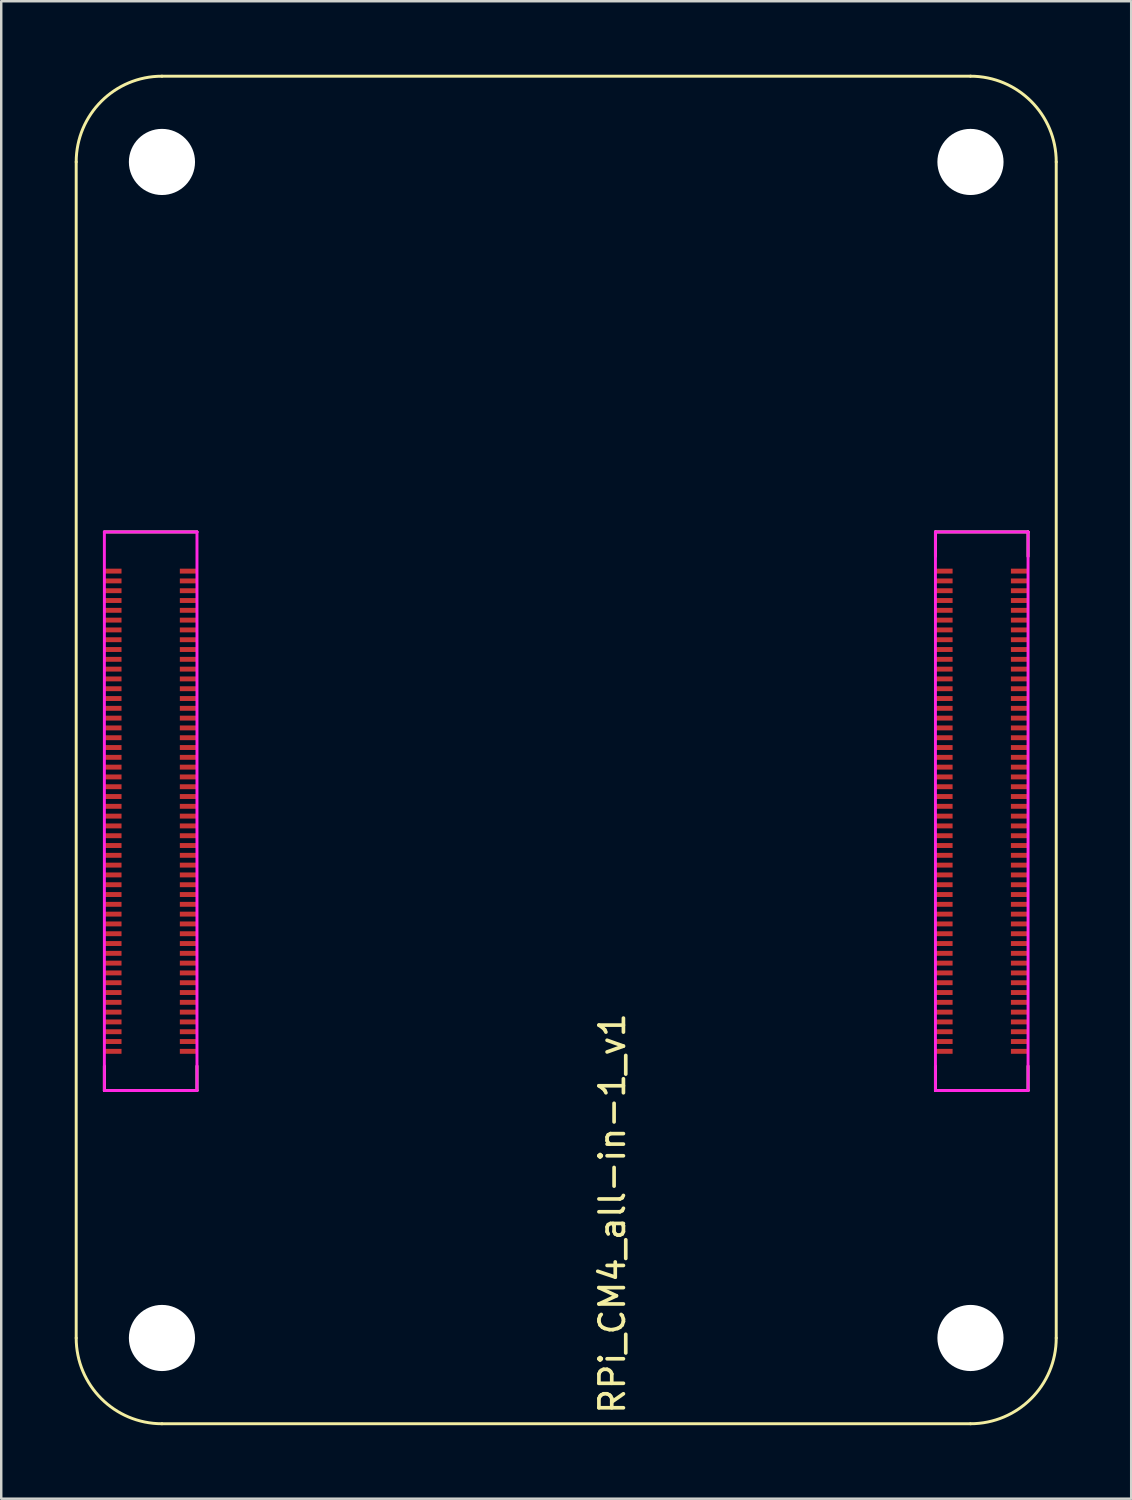
<source format=kicad_pcb>
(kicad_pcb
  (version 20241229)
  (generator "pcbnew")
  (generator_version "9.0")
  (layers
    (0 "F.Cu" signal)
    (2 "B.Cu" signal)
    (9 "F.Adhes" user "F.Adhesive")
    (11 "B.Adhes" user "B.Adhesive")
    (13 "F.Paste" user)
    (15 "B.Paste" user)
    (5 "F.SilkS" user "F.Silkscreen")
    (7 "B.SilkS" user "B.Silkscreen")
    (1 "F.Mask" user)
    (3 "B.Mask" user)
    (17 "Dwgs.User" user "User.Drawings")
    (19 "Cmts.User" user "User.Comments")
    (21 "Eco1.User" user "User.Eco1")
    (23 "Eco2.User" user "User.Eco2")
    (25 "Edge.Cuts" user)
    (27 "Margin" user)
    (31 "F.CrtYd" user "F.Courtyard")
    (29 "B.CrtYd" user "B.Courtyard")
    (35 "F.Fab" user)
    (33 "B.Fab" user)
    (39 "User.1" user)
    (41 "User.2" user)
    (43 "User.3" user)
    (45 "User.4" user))
  (footprint "RPi_CM4_all-in-1_v1"
    (layer "F.Cu")
    (at 20.06 30.06)
    (property "Reference" "RPi_CM4_all-in-1_v1" (at 1.88 16.42 270) (layer "F.SilkS") (effects (font (size 1 1) (thickness 0.15))))
    (attr smd)
    (fp_line (start -20 -26.5) (end -20 21.5) (stroke (width 0.12) (type solid)) (layer "F.SilkS"))
    (fp_line (start -18.85 -11.4) (end -15.07 -11.4) (stroke (width 0.12) (type solid)) (layer "F.SilkS"))
    (fp_line (start -18.85 11.4) (end -18.85 10.4) (stroke (width 0.12) (type solid)) (layer "F.SilkS"))
    (fp_line (start -18.85 11.4) (end -15.07 11.4) (stroke (width 0.12) (type solid)) (layer "F.SilkS"))
    (fp_line (start -16.5 25) (end 16.5 25) (stroke (width 0.12) (type solid)) (layer "F.SilkS"))
    (fp_line (start -15.07 11.4) (end -15.07 10.4) (stroke (width 0.12) (type solid)) (layer "F.SilkS"))
    (fp_line (start 15.07 -11.4) (end 15.07 -10.4) (stroke (width 0.12) (type solid)) (layer "F.SilkS"))
    (fp_line (start 15.07 -11.4) (end 18.85 -11.4) (stroke (width 0.12) (type solid)) (layer "F.SilkS"))
    (fp_line (start 15.07 11.4) (end 15.07 10.4) (stroke (width 0.12) (type solid)) (layer "F.SilkS"))
    (fp_line (start 15.07 11.4) (end 18.85 11.4) (stroke (width 0.12) (type solid)) (layer "F.SilkS"))
    (fp_line (start 16.5 -30) (end -16.5 -30) (stroke (width 0.12) (type solid)) (layer "F.SilkS"))
    (fp_line (start 18.85 -11.4) (end 18.85 -10.4) (stroke (width 0.12) (type solid)) (layer "F.SilkS"))
    (fp_line (start 18.85 11.4) (end 18.85 10.4) (stroke (width 0.12) (type solid)) (layer "F.SilkS"))
    (fp_line (start 20 21.5) (end 20 -26.5) (stroke (width 0.12) (type solid)) (layer "F.SilkS"))
    (fp_arc (start -20 -26.5) (mid -18.974874 -28.974874) (end -16.5 -30) (stroke (width 0.12) (type solid)) (layer "F.SilkS"))
    (fp_arc (start -16.5 25) (mid -18.974874 23.974874) (end -20 21.5) (stroke (width 0.12) (type solid)) (layer "F.SilkS"))
    (fp_arc (start 16.5 -30) (mid 18.974874 -28.974874) (end 20 -26.5) (stroke (width 0.12) (type solid)) (layer "F.SilkS"))
    (fp_arc (start 20 21.5) (mid 18.974874 23.974874) (end 16.5 25) (stroke (width 0.12) (type solid)) (layer "F.SilkS"))
    (fp_line (start -18.85 -11.4) (end -15.07 -11.4) (stroke (width 0.12) (type solid)) (layer "F.CrtYd"))
    (fp_line (start -18.85 11.4) (end -18.85 -11.4) (stroke (width 0.12) (type solid)) (layer "F.CrtYd"))
    (fp_line (start -15.07 -11.4) (end -15.07 11.4) (stroke (width 0.12) (type solid)) (layer "F.CrtYd"))
    (fp_line (start -15.07 11.4) (end -18.85 11.4) (stroke (width 0.12) (type solid)) (layer "F.CrtYd"))
    (fp_line (start 15.07 -11.4) (end 18.85 -11.4) (stroke (width 0.12) (type solid)) (layer "F.CrtYd"))
    (fp_line (start 15.07 11.4) (end 15.07 -11.4) (stroke (width 0.12) (type solid)) (layer "F.CrtYd"))
    (fp_line (start 18.85 -11.4) (end 18.85 11.4) (stroke (width 0.12) (type solid)) (layer "F.CrtYd"))
    (fp_line (start 18.85 11.4) (end 15.07 11.4) (stroke (width 0.12) (type solid)) (layer "F.CrtYd"))
    (pad "" np_thru_hole circle (at -16.5 -26.5) (size 2.7 2.7) (drill 2.7) (layers "*.Cu" "*.Mask"))
    (pad "" np_thru_hole circle (at -16.5 21.5) (size 2.7 2.7) (drill 2.7) (layers "*.Cu" "*.Mask"))
    (pad "" np_thru_hole circle (at 16.5 -26.5) (size 2.7 2.7) (drill 2.7) (layers "*.Cu" "*.Mask"))
    (pad "" np_thru_hole circle (at 16.5 21.5) (size 2.7 2.7) (drill 2.7) (layers "*.Cu" "*.Mask"))
    (pad "1" smd rect (at -18.5 -9.8 270) (size 0.2 0.7) (layers "F.Cu" "F.Mask" "F.Paste"))
    (pad "2" smd rect (at -15.42 -9.8 270) (size 0.2 0.7) (layers "F.Cu" "F.Mask" "F.Paste"))
    (pad "3" smd rect (at -18.5 -9.4 270) (size 0.2 0.7) (layers "F.Cu" "F.Mask" "F.Paste"))
    (pad "4" smd rect (at -15.42 -9.4 270) (size 0.2 0.7) (layers "F.Cu" "F.Mask" "F.Paste"))
    (pad "5" smd rect (at -18.5 -9 270) (size 0.2 0.7) (layers "F.Cu" "F.Mask" "F.Paste"))
    (pad "6" smd rect (at -15.42 -9 270) (size 0.2 0.7) (layers "F.Cu" "F.Mask" "F.Paste"))
    (pad "7" smd rect (at -18.5 -8.6 270) (size 0.2 0.7) (layers "F.Cu" "F.Mask" "F.Paste"))
    (pad "8" smd rect (at -15.42 -8.6 270) (size 0.2 0.7) (layers "F.Cu" "F.Mask" "F.Paste"))
    (pad "9" smd rect (at -18.5 -8.2 270) (size 0.2 0.7) (layers "F.Cu" "F.Mask" "F.Paste"))
    (pad "10" smd rect (at -15.42 -8.2 270) (size 0.2 0.7) (layers "F.Cu" "F.Mask" "F.Paste"))
    (pad "11" smd rect (at -18.5 -7.8 270) (size 0.2 0.7) (layers "F.Cu" "F.Mask" "F.Paste"))
    (pad "12" smd rect (at -15.42 -7.8 270) (size 0.2 0.7) (layers "F.Cu" "F.Mask" "F.Paste"))
    (pad "13" smd rect (at -18.5 -7.4 270) (size 0.2 0.7) (layers "F.Cu" "F.Mask" "F.Paste"))
    (pad "14" smd rect (at -15.42 -7.4 270) (size 0.2 0.7) (layers "F.Cu" "F.Mask" "F.Paste"))
    (pad "15" smd rect (at -18.5 -7 270) (size 0.2 0.7) (layers "F.Cu" "F.Mask" "F.Paste"))
    (pad "16" smd rect (at -15.42 -7 270) (size 0.2 0.7) (layers "F.Cu" "F.Mask" "F.Paste"))
    (pad "17" smd rect (at -18.5 -6.6 270) (size 0.2 0.7) (layers "F.Cu" "F.Mask" "F.Paste"))
    (pad "18" smd rect (at -15.42 -6.6 270) (size 0.2 0.7) (layers "F.Cu" "F.Mask" "F.Paste"))
    (pad "19" smd rect (at -18.5 -6.2 270) (size 0.2 0.7) (layers "F.Cu" "F.Mask" "F.Paste"))
    (pad "20" smd rect (at -15.42 -6.2 270) (size 0.2 0.7) (layers "F.Cu" "F.Mask" "F.Paste"))
    (pad "21" smd rect (at -18.5 -5.8 270) (size 0.2 0.7) (layers "F.Cu" "F.Mask" "F.Paste"))
    (pad "22" smd rect (at -15.42 -5.8 270) (size 0.2 0.7) (layers "F.Cu" "F.Mask" "F.Paste"))
    (pad "23" smd rect (at -18.5 -5.4 270) (size 0.2 0.7) (layers "F.Cu" "F.Mask" "F.Paste"))
    (pad "24" smd rect (at -15.42 -5.4 270) (size 0.2 0.7) (layers "F.Cu" "F.Mask" "F.Paste"))
    (pad "25" smd rect (at -18.5 -5 270) (size 0.2 0.7) (layers "F.Cu" "F.Mask" "F.Paste"))
    (pad "26" smd rect (at -15.42 -5 270) (size 0.2 0.7) (layers "F.Cu" "F.Mask" "F.Paste"))
    (pad "27" smd rect (at -18.5 -4.6 270) (size 0.2 0.7) (layers "F.Cu" "F.Mask" "F.Paste"))
    (pad "28" smd rect (at -15.42 -4.6 270) (size 0.2 0.7) (layers "F.Cu" "F.Mask" "F.Paste"))
    (pad "29" smd rect (at -18.5 -4.2 270) (size 0.2 0.7) (layers "F.Cu" "F.Mask" "F.Paste"))
    (pad "30" smd rect (at -15.42 -4.2 270) (size 0.2 0.7) (layers "F.Cu" "F.Mask" "F.Paste"))
    (pad "31" smd rect (at -18.5 -3.8 270) (size 0.2 0.7) (layers "F.Cu" "F.Mask" "F.Paste"))
    (pad "32" smd rect (at -15.42 -3.8 270) (size 0.2 0.7) (layers "F.Cu" "F.Mask" "F.Paste"))
    (pad "33" smd rect (at -18.5 -3.4 270) (size 0.2 0.7) (layers "F.Cu" "F.Mask" "F.Paste"))
    (pad "34" smd rect (at -15.42 -3.4 270) (size 0.2 0.7) (layers "F.Cu" "F.Mask" "F.Paste"))
    (pad "35" smd rect (at -18.5 -3 270) (size 0.2 0.7) (layers "F.Cu" "F.Mask" "F.Paste"))
    (pad "36" smd rect (at -15.42 -3 270) (size 0.2 0.7) (layers "F.Cu" "F.Mask" "F.Paste"))
    (pad "37" smd rect (at -18.5 -2.6 270) (size 0.2 0.7) (layers "F.Cu" "F.Mask" "F.Paste"))
    (pad "38" smd rect (at -15.42 -2.6 270) (size 0.2 0.7) (layers "F.Cu" "F.Mask" "F.Paste"))
    (pad "39" smd rect (at -18.5 -2.2 270) (size 0.2 0.7) (layers "F.Cu" "F.Mask" "F.Paste"))
    (pad "40" smd rect (at -15.42 -2.2 270) (size 0.2 0.7) (layers "F.Cu" "F.Mask" "F.Paste"))
    (pad "41" smd rect (at -18.5 -1.8 270) (size 0.2 0.7) (layers "F.Cu" "F.Mask" "F.Paste"))
    (pad "42" smd rect (at -15.42 -1.8 270) (size 0.2 0.7) (layers "F.Cu" "F.Mask" "F.Paste"))
    (pad "43" smd rect (at -18.5 -1.4 270) (size 0.2 0.7) (layers "F.Cu" "F.Mask" "F.Paste"))
    (pad "44" smd rect (at -15.42 -1.4 270) (size 0.2 0.7) (layers "F.Cu" "F.Mask" "F.Paste"))
    (pad "45" smd rect (at -18.5 -1 270) (size 0.2 0.7) (layers "F.Cu" "F.Mask" "F.Paste"))
    (pad "46" smd rect (at -15.42 -1 270) (size 0.2 0.7) (layers "F.Cu" "F.Mask" "F.Paste"))
    (pad "47" smd rect (at -18.5 -0.6 270) (size 0.2 0.7) (layers "F.Cu" "F.Mask" "F.Paste"))
    (pad "48" smd rect (at -15.42 -0.6 270) (size 0.2 0.7) (layers "F.Cu" "F.Mask" "F.Paste"))
    (pad "49" smd rect (at -18.5 -0.2 270) (size 0.2 0.7) (layers "F.Cu" "F.Mask" "F.Paste"))
    (pad "50" smd rect (at -15.42 -0.2 270) (size 0.2 0.7) (layers "F.Cu" "F.Mask" "F.Paste"))
    (pad "51" smd rect (at -18.5 0.2 270) (size 0.2 0.7) (layers "F.Cu" "F.Mask" "F.Paste"))
    (pad "52" smd rect (at -15.42 0.2 270) (size 0.2 0.7) (layers "F.Cu" "F.Mask" "F.Paste"))
    (pad "53" smd rect (at -18.5 0.6 270) (size 0.2 0.7) (layers "F.Cu" "F.Mask" "F.Paste"))
    (pad "54" smd rect (at -15.42 0.6 270) (size 0.2 0.7) (layers "F.Cu" "F.Mask" "F.Paste"))
    (pad "55" smd rect (at -18.5 1 270) (size 0.2 0.7) (layers "F.Cu" "F.Mask" "F.Paste"))
    (pad "56" smd rect (at -15.42 1 270) (size 0.2 0.7) (layers "F.Cu" "F.Mask" "F.Paste"))
    (pad "57" smd rect (at -18.5 1.4 270) (size 0.2 0.7) (layers "F.Cu" "F.Mask" "F.Paste"))
    (pad "58" smd rect (at -15.42 1.4 270) (size 0.2 0.7) (layers "F.Cu" "F.Mask" "F.Paste"))
    (pad "59" smd rect (at -18.5 1.8 270) (size 0.2 0.7) (layers "F.Cu" "F.Mask" "F.Paste"))
    (pad "60" smd rect (at -15.42 1.8 270) (size 0.2 0.7) (layers "F.Cu" "F.Mask" "F.Paste"))
    (pad "61" smd rect (at -18.5 2.2 270) (size 0.2 0.7) (layers "F.Cu" "F.Mask" "F.Paste"))
    (pad "62" smd rect (at -15.42 2.2 270) (size 0.2 0.7) (layers "F.Cu" "F.Mask" "F.Paste"))
    (pad "63" smd rect (at -18.5 2.6 270) (size 0.2 0.7) (layers "F.Cu" "F.Mask" "F.Paste"))
    (pad "64" smd rect (at -15.42 2.6 270) (size 0.2 0.7) (layers "F.Cu" "F.Mask" "F.Paste"))
    (pad "65" smd rect (at -18.5 3 270) (size 0.2 0.7) (layers "F.Cu" "F.Mask" "F.Paste"))
    (pad "66" smd rect (at -15.42 3 270) (size 0.2 0.7) (layers "F.Cu" "F.Mask" "F.Paste"))
    (pad "67" smd rect (at -18.5 3.4 270) (size 0.2 0.7) (layers "F.Cu" "F.Mask" "F.Paste"))
    (pad "68" smd rect (at -15.42 3.4 270) (size 0.2 0.7) (layers "F.Cu" "F.Mask" "F.Paste"))
    (pad "69" smd rect (at -18.5 3.8 270) (size 0.2 0.7) (layers "F.Cu" "F.Mask" "F.Paste"))
    (pad "70" smd rect (at -15.42 3.8 270) (size 0.2 0.7) (layers "F.Cu" "F.Mask" "F.Paste"))
    (pad "71" smd rect (at -18.5 4.2 270) (size 0.2 0.7) (layers "F.Cu" "F.Mask" "F.Paste"))
    (pad "72" smd rect (at -15.42 4.2 270) (size 0.2 0.7) (layers "F.Cu" "F.Mask" "F.Paste"))
    (pad "73" smd rect (at -18.5 4.6 270) (size 0.2 0.7) (layers "F.Cu" "F.Mask" "F.Paste"))
    (pad "74" smd rect (at -15.42 4.6 270) (size 0.2 0.7) (layers "F.Cu" "F.Mask" "F.Paste"))
    (pad "75" smd rect (at -18.5 5 270) (size 0.2 0.7) (layers "F.Cu" "F.Mask" "F.Paste"))
    (pad "76" smd rect (at -15.42 5 270) (size 0.2 0.7) (layers "F.Cu" "F.Mask" "F.Paste"))
    (pad "77" smd rect (at -18.5 5.4 270) (size 0.2 0.7) (layers "F.Cu" "F.Mask" "F.Paste"))
    (pad "78" smd rect (at -15.42 5.4 270) (size 0.2 0.7) (layers "F.Cu" "F.Mask" "F.Paste"))
    (pad "79" smd rect (at -18.5 5.8 270) (size 0.2 0.7) (layers "F.Cu" "F.Mask" "F.Paste"))
    (pad "80" smd rect (at -15.42 5.8 270) (size 0.2 0.7) (layers "F.Cu" "F.Mask" "F.Paste"))
    (pad "81" smd rect (at -18.5 6.2 270) (size 0.2 0.7) (layers "F.Cu" "F.Mask" "F.Paste"))
    (pad "82" smd rect (at -15.42 6.2 270) (size 0.2 0.7) (layers "F.Cu" "F.Mask" "F.Paste"))
    (pad "83" smd rect (at -18.5 6.6 270) (size 0.2 0.7) (layers "F.Cu" "F.Mask" "F.Paste"))
    (pad "84" smd rect (at -15.42 6.6 270) (size 0.2 0.7) (layers "F.Cu" "F.Mask" "F.Paste"))
    (pad "85" smd rect (at -18.5 7 270) (size 0.2 0.7) (layers "F.Cu" "F.Mask" "F.Paste"))
    (pad "86" smd rect (at -15.42 7 270) (size 0.2 0.7) (layers "F.Cu" "F.Mask" "F.Paste"))
    (pad "87" smd rect (at -18.5 7.4 270) (size 0.2 0.7) (layers "F.Cu" "F.Mask" "F.Paste"))
    (pad "88" smd rect (at -15.42 7.4 270) (size 0.2 0.7) (layers "F.Cu" "F.Mask" "F.Paste"))
    (pad "89" smd rect (at -18.5 7.8 270) (size 0.2 0.7) (layers "F.Cu" "F.Mask" "F.Paste"))
    (pad "90" smd rect (at -15.42 7.8 270) (size 0.2 0.7) (layers "F.Cu" "F.Mask" "F.Paste"))
    (pad "91" smd rect (at -18.5 8.2 270) (size 0.2 0.7) (layers "F.Cu" "F.Mask" "F.Paste"))
    (pad "92" smd rect (at -15.42 8.2 270) (size 0.2 0.7) (layers "F.Cu" "F.Mask" "F.Paste"))
    (pad "93" smd rect (at -18.5 8.6 270) (size 0.2 0.7) (layers "F.Cu" "F.Mask" "F.Paste"))
    (pad "94" smd rect (at -15.42 8.6 270) (size 0.2 0.7) (layers "F.Cu" "F.Mask" "F.Paste"))
    (pad "95" smd rect (at -18.5 9 270) (size 0.2 0.7) (layers "F.Cu" "F.Mask" "F.Paste"))
    (pad "96" smd rect (at -15.42 9 270) (size 0.2 0.7) (layers "F.Cu" "F.Mask" "F.Paste"))
    (pad "97" smd rect (at -18.5 9.4 270) (size 0.2 0.7) (layers "F.Cu" "F.Mask" "F.Paste"))
    (pad "98" smd rect (at -15.42 9.4 270) (size 0.2 0.7) (layers "F.Cu" "F.Mask" "F.Paste"))
    (pad "99" smd rect (at -18.5 9.8 270) (size 0.2 0.7) (layers "F.Cu" "F.Mask" "F.Paste"))
    (pad "100" smd rect (at -15.42 9.8 270) (size 0.2 0.7) (layers "F.Cu" "F.Mask" "F.Paste"))
    (pad "101" smd rect (at 15.42 -9.8 270) (size 0.2 0.7) (layers "F.Cu" "F.Mask" "F.Paste"))
    (pad "102" smd rect (at 18.5 -9.8 270) (size 0.2 0.7) (layers "F.Cu" "F.Mask" "F.Paste"))
    (pad "103" smd rect (at 15.42 -9.4 270) (size 0.2 0.7) (layers "F.Cu" "F.Mask" "F.Paste"))
    (pad "104" smd rect (at 18.5 -9.4 270) (size 0.2 0.7) (layers "F.Cu" "F.Mask" "F.Paste"))
    (pad "105" smd rect (at 15.42 -9 270) (size 0.2 0.7) (layers "F.Cu" "F.Mask" "F.Paste"))
    (pad "106" smd rect (at 18.5 -9 270) (size 0.2 0.7) (layers "F.Cu" "F.Mask" "F.Paste"))
    (pad "107" smd rect (at 15.42 -8.6 270) (size 0.2 0.7) (layers "F.Cu" "F.Mask" "F.Paste"))
    (pad "108" smd rect (at 18.5 -8.6 270) (size 0.2 0.7) (layers "F.Cu" "F.Mask" "F.Paste"))
    (pad "109" smd rect (at 15.42 -8.2 270) (size 0.2 0.7) (layers "F.Cu" "F.Mask" "F.Paste"))
    (pad "110" smd rect (at 18.5 -8.2 270) (size 0.2 0.7) (layers "F.Cu" "F.Mask" "F.Paste"))
    (pad "111" smd rect (at 15.42 -7.8 270) (size 0.2 0.7) (layers "F.Cu" "F.Mask" "F.Paste"))
    (pad "112" smd rect (at 18.5 -7.8 270) (size 0.2 0.7) (layers "F.Cu" "F.Mask" "F.Paste"))
    (pad "113" smd rect (at 15.42 -7.4 270) (size 0.2 0.7) (layers "F.Cu" "F.Mask" "F.Paste"))
    (pad "114" smd rect (at 18.5 -7.4 270) (size 0.2 0.7) (layers "F.Cu" "F.Mask" "F.Paste"))
    (pad "115" smd rect (at 15.42 -7 270) (size 0.2 0.7) (layers "F.Cu" "F.Mask" "F.Paste"))
    (pad "116" smd rect (at 18.5 -7 270) (size 0.2 0.7) (layers "F.Cu" "F.Mask" "F.Paste"))
    (pad "117" smd rect (at 15.42 -6.6 270) (size 0.2 0.7) (layers "F.Cu" "F.Mask" "F.Paste"))
    (pad "118" smd rect (at 18.5 -6.6 270) (size 0.2 0.7) (layers "F.Cu" "F.Mask" "F.Paste"))
    (pad "119" smd rect (at 15.42 -6.2 270) (size 0.2 0.7) (layers "F.Cu" "F.Mask" "F.Paste"))
    (pad "120" smd rect (at 18.5 -6.2 270) (size 0.2 0.7) (layers "F.Cu" "F.Mask" "F.Paste"))
    (pad "121" smd rect (at 15.42 -5.8 270) (size 0.2 0.7) (layers "F.Cu" "F.Mask" "F.Paste"))
    (pad "122" smd rect (at 18.5 -5.8 270) (size 0.2 0.7) (layers "F.Cu" "F.Mask" "F.Paste"))
    (pad "123" smd rect (at 15.42 -5.4 270) (size 0.2 0.7) (layers "F.Cu" "F.Mask" "F.Paste"))
    (pad "124" smd rect (at 18.5 -5.4 270) (size 0.2 0.7) (layers "F.Cu" "F.Mask" "F.Paste"))
    (pad "125" smd rect (at 15.42 -5 270) (size 0.2 0.7) (layers "F.Cu" "F.Mask" "F.Paste"))
    (pad "126" smd rect (at 18.5 -5 270) (size 0.2 0.7) (layers "F.Cu" "F.Mask" "F.Paste"))
    (pad "127" smd rect (at 15.42 -4.6 270) (size 0.2 0.7) (layers "F.Cu" "F.Mask" "F.Paste"))
    (pad "128" smd rect (at 18.5 -4.6 270) (size 0.2 0.7) (layers "F.Cu" "F.Mask" "F.Paste"))
    (pad "129" smd rect (at 15.42 -4.2 270) (size 0.2 0.7) (layers "F.Cu" "F.Mask" "F.Paste"))
    (pad "130" smd rect (at 18.5 -4.2 270) (size 0.2 0.7) (layers "F.Cu" "F.Mask" "F.Paste"))
    (pad "131" smd rect (at 15.42 -3.8 270) (size 0.2 0.7) (layers "F.Cu" "F.Mask" "F.Paste"))
    (pad "132" smd rect (at 18.5 -3.8 270) (size 0.2 0.7) (layers "F.Cu" "F.Mask" "F.Paste"))
    (pad "133" smd rect (at 15.42 -3.4 270) (size 0.2 0.7) (layers "F.Cu" "F.Mask" "F.Paste"))
    (pad "134" smd rect (at 18.5 -3.4 270) (size 0.2 0.7) (layers "F.Cu" "F.Mask" "F.Paste"))
    (pad "135" smd rect (at 15.42 -3 270) (size 0.2 0.7) (layers "F.Cu" "F.Mask" "F.Paste"))
    (pad "136" smd rect (at 18.5 -3 270) (size 0.2 0.7) (layers "F.Cu" "F.Mask" "F.Paste"))
    (pad "137" smd rect (at 15.42 -2.6 270) (size 0.2 0.7) (layers "F.Cu" "F.Mask" "F.Paste"))
    (pad "138" smd rect (at 18.5 -2.6 270) (size 0.2 0.7) (layers "F.Cu" "F.Mask" "F.Paste"))
    (pad "139" smd rect (at 15.42 -2.2 270) (size 0.2 0.7) (layers "F.Cu" "F.Mask" "F.Paste"))
    (pad "140" smd rect (at 18.5 -2.2 270) (size 0.2 0.7) (layers "F.Cu" "F.Mask" "F.Paste"))
    (pad "141" smd rect (at 15.42 -1.8 270) (size 0.2 0.7) (layers "F.Cu" "F.Mask" "F.Paste"))
    (pad "142" smd rect (at 18.5 -1.8 270) (size 0.2 0.7) (layers "F.Cu" "F.Mask" "F.Paste"))
    (pad "143" smd rect (at 15.42 -1.4 270) (size 0.2 0.7) (layers "F.Cu" "F.Mask" "F.Paste"))
    (pad "144" smd rect (at 18.5 -1.4 270) (size 0.2 0.7) (layers "F.Cu" "F.Mask" "F.Paste"))
    (pad "145" smd rect (at 15.42 -1 270) (size 0.2 0.7) (layers "F.Cu" "F.Mask" "F.Paste"))
    (pad "146" smd rect (at 18.5 -1 270) (size 0.2 0.7) (layers "F.Cu" "F.Mask" "F.Paste"))
    (pad "147" smd rect (at 15.42 -0.6 270) (size 0.2 0.7) (layers "F.Cu" "F.Mask" "F.Paste"))
    (pad "148" smd rect (at 18.5 -0.6 270) (size 0.2 0.7) (layers "F.Cu" "F.Mask" "F.Paste"))
    (pad "149" smd rect (at 15.42 -0.2 270) (size 0.2 0.7) (layers "F.Cu" "F.Mask" "F.Paste"))
    (pad "150" smd rect (at 18.5 -0.2 270) (size 0.2 0.7) (layers "F.Cu" "F.Mask" "F.Paste"))
    (pad "151" smd rect (at 15.42 0.2 270) (size 0.2 0.7) (layers "F.Cu" "F.Mask" "F.Paste"))
    (pad "152" smd rect (at 18.5 0.2 270) (size 0.2 0.7) (layers "F.Cu" "F.Mask" "F.Paste"))
    (pad "153" smd rect (at 15.42 0.6 270) (size 0.2 0.7) (layers "F.Cu" "F.Mask" "F.Paste"))
    (pad "154" smd rect (at 18.5 0.6 270) (size 0.2 0.7) (layers "F.Cu" "F.Mask" "F.Paste"))
    (pad "155" smd rect (at 15.42 1 270) (size 0.2 0.7) (layers "F.Cu" "F.Mask" "F.Paste"))
    (pad "156" smd rect (at 18.5 1 270) (size 0.2 0.7) (layers "F.Cu" "F.Mask" "F.Paste"))
    (pad "157" smd rect (at 15.42 1.4 270) (size 0.2 0.7) (layers "F.Cu" "F.Mask" "F.Paste"))
    (pad "158" smd rect (at 18.5 1.4 270) (size 0.2 0.7) (layers "F.Cu" "F.Mask" "F.Paste"))
    (pad "159" smd rect (at 15.42 1.8 270) (size 0.2 0.7) (layers "F.Cu" "F.Mask" "F.Paste"))
    (pad "160" smd rect (at 18.5 1.8 270) (size 0.2 0.7) (layers "F.Cu" "F.Mask" "F.Paste"))
    (pad "161" smd rect (at 15.42 2.2 270) (size 0.2 0.7) (layers "F.Cu" "F.Mask" "F.Paste"))
    (pad "162" smd rect (at 18.5 2.2 270) (size 0.2 0.7) (layers "F.Cu" "F.Mask" "F.Paste"))
    (pad "163" smd rect (at 15.42 2.6 270) (size 0.2 0.7) (layers "F.Cu" "F.Mask" "F.Paste"))
    (pad "164" smd rect (at 18.5 2.6 270) (size 0.2 0.7) (layers "F.Cu" "F.Mask" "F.Paste"))
    (pad "165" smd rect (at 15.42 3 270) (size 0.2 0.7) (layers "F.Cu" "F.Mask" "F.Paste"))
    (pad "166" smd rect (at 18.5 3 270) (size 0.2 0.7) (layers "F.Cu" "F.Mask" "F.Paste"))
    (pad "167" smd rect (at 15.42 3.4 270) (size 0.2 0.7) (layers "F.Cu" "F.Mask" "F.Paste"))
    (pad "168" smd rect (at 18.5 3.4 270) (size 0.2 0.7) (layers "F.Cu" "F.Mask" "F.Paste"))
    (pad "169" smd rect (at 15.42 3.8 270) (size 0.2 0.7) (layers "F.Cu" "F.Mask" "F.Paste"))
    (pad "170" smd rect (at 18.5 3.8 270) (size 0.2 0.7) (layers "F.Cu" "F.Mask" "F.Paste"))
    (pad "171" smd rect (at 15.42 4.2 270) (size 0.2 0.7) (layers "F.Cu" "F.Mask" "F.Paste"))
    (pad "172" smd rect (at 18.5 4.2 270) (size 0.2 0.7) (layers "F.Cu" "F.Mask" "F.Paste"))
    (pad "173" smd rect (at 15.42 4.6 270) (size 0.2 0.7) (layers "F.Cu" "F.Mask" "F.Paste"))
    (pad "174" smd rect (at 18.5 4.6 270) (size 0.2 0.7) (layers "F.Cu" "F.Mask" "F.Paste"))
    (pad "175" smd rect (at 15.42 5 270) (size 0.2 0.7) (layers "F.Cu" "F.Mask" "F.Paste"))
    (pad "176" smd rect (at 18.5 5 270) (size 0.2 0.7) (layers "F.Cu" "F.Mask" "F.Paste"))
    (pad "177" smd rect (at 15.42 5.4 270) (size 0.2 0.7) (layers "F.Cu" "F.Mask" "F.Paste"))
    (pad "178" smd rect (at 18.5 5.4 270) (size 0.2 0.7) (layers "F.Cu" "F.Mask" "F.Paste"))
    (pad "179" smd rect (at 15.42 5.8 270) (size 0.2 0.7) (layers "F.Cu" "F.Mask" "F.Paste"))
    (pad "180" smd rect (at 18.5 5.8 270) (size 0.2 0.7) (layers "F.Cu" "F.Mask" "F.Paste"))
    (pad "181" smd rect (at 15.42 6.2 270) (size 0.2 0.7) (layers "F.Cu" "F.Mask" "F.Paste"))
    (pad "182" smd rect (at 18.5 6.2 270) (size 0.2 0.7) (layers "F.Cu" "F.Mask" "F.Paste"))
    (pad "183" smd rect (at 15.42 6.6 270) (size 0.2 0.7) (layers "F.Cu" "F.Mask" "F.Paste"))
    (pad "184" smd rect (at 18.5 6.6 270) (size 0.2 0.7) (layers "F.Cu" "F.Mask" "F.Paste"))
    (pad "185" smd rect (at 15.42 7 270) (size 0.2 0.7) (layers "F.Cu" "F.Mask" "F.Paste"))
    (pad "186" smd rect (at 18.5 7 270) (size 0.2 0.7) (layers "F.Cu" "F.Mask" "F.Paste"))
    (pad "187" smd rect (at 15.42 7.4 270) (size 0.2 0.7) (layers "F.Cu" "F.Mask" "F.Paste"))
    (pad "188" smd rect (at 18.5 7.4 270) (size 0.2 0.7) (layers "F.Cu" "F.Mask" "F.Paste"))
    (pad "189" smd rect (at 15.42 7.8 270) (size 0.2 0.7) (layers "F.Cu" "F.Mask" "F.Paste"))
    (pad "190" smd rect (at 18.5 7.8 270) (size 0.2 0.7) (layers "F.Cu" "F.Mask" "F.Paste"))
    (pad "191" smd rect (at 15.42 8.2 270) (size 0.2 0.7) (layers "F.Cu" "F.Mask" "F.Paste"))
    (pad "192" smd rect (at 18.5 8.2 270) (size 0.2 0.7) (layers "F.Cu" "F.Mask" "F.Paste"))
    (pad "193" smd rect (at 15.42 8.6 270) (size 0.2 0.7) (layers "F.Cu" "F.Mask" "F.Paste"))
    (pad "194" smd rect (at 18.5 8.6 270) (size 0.2 0.7) (layers "F.Cu" "F.Mask" "F.Paste"))
    (pad "195" smd rect (at 15.42 9 270) (size 0.2 0.7) (layers "F.Cu" "F.Mask" "F.Paste"))
    (pad "196" smd rect (at 18.5 9 270) (size 0.2 0.7) (layers "F.Cu" "F.Mask" "F.Paste"))
    (pad "197" smd rect (at 15.42 9.4 270) (size 0.2 0.7) (layers "F.Cu" "F.Mask" "F.Paste"))
    (pad "198" smd rect (at 18.5 9.4 270) (size 0.2 0.7) (layers "F.Cu" "F.Mask" "F.Paste"))
    (pad "199" smd rect (at 15.42 9.8 270) (size 0.2 0.7) (layers "F.Cu" "F.Mask" "F.Paste"))
    (pad "200" smd rect (at 18.5 9.8 270) (size 0.2 0.7) (layers "F.Cu" "F.Mask" "F.Paste")))
  (gr_rect
    (start -3 -3)
    (end 43.12 58.12)
    (stroke (width 0.1) (type default))
    (fill no)
    (layer "Edge.Cuts")))
</source>
